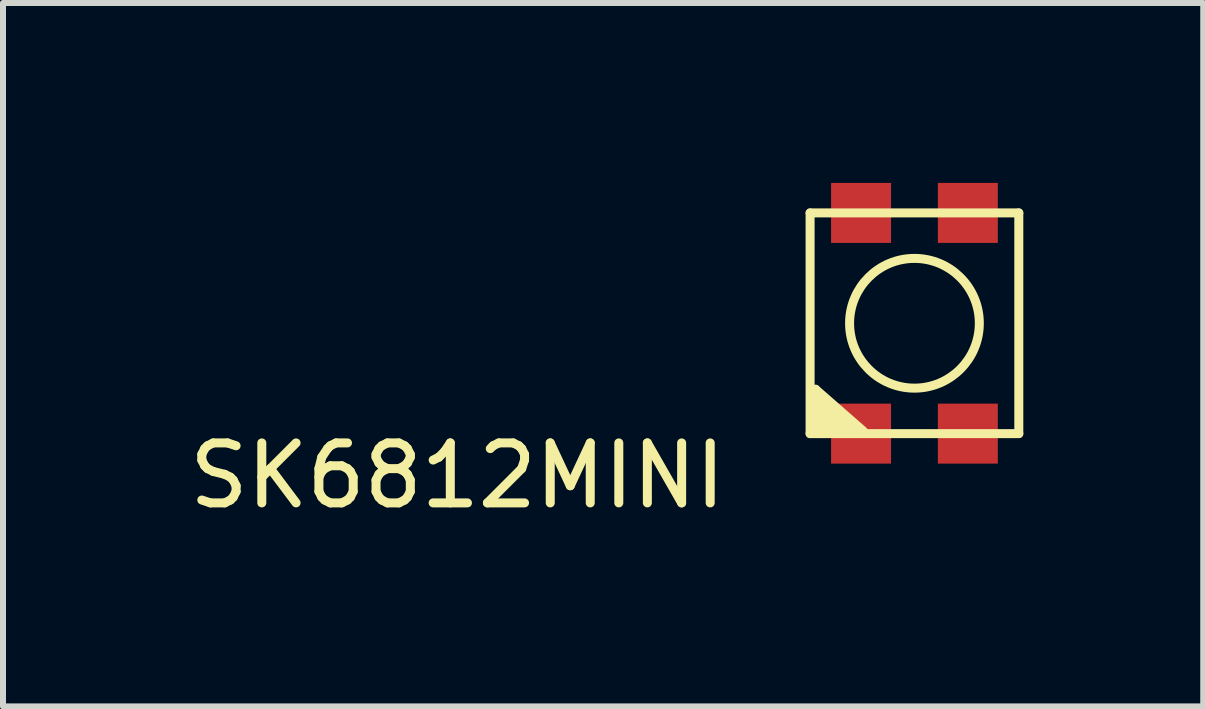
<source format=kicad_pcb>
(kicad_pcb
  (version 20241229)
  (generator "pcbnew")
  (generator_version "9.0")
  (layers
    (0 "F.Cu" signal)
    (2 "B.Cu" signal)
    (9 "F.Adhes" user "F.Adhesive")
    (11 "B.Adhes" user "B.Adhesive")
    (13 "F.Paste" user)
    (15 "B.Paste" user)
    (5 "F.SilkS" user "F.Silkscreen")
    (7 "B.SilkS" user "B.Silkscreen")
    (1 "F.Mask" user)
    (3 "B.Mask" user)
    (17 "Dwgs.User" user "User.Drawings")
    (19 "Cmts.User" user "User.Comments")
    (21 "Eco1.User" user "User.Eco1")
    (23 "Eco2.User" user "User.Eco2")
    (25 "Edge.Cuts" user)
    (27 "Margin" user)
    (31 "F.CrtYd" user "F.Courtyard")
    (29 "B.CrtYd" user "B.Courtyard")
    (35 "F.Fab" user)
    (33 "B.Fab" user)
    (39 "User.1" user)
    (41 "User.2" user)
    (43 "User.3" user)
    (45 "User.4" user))
  (footprint "SK6812MINI"
    (layer "F.Cu")
    (at 12.197 2.34)
    (property "Reference" "SK6812MINI" (at -7.62 2.54 0) (layer "F.SilkS") (effects (font (size 1 1) (thickness 0.15))))
    (attr through_hole)
    (fp_line (start -1.74 -1.84) (end -1.74 1.84) (stroke (width 0.15) (type solid)) (layer "F.SilkS"))
    (fp_line (start -1.74 -1.84) (end 1.74 -1.84) (stroke (width 0.15) (type solid)) (layer "F.SilkS"))
    (fp_line (start -1.74 1.84) (end 1.74 1.84) (stroke (width 0.15) (type solid)) (layer "F.SilkS"))
    (fp_line (start -1.65 1.1) (end -1.65 1.8) (stroke (width 0.15) (type solid)) (layer "F.SilkS"))
    (fp_line (start -1.65 1.8) (end -0.95 1.8) (stroke (width 0.15) (type solid)) (layer "F.SilkS"))
    (fp_line (start -1.55 1.3) (end -1.55 1.7) (stroke (width 0.15) (type solid)) (layer "F.SilkS"))
    (fp_line (start -1.55 1.7) (end -1.25 1.7) (stroke (width 0.15) (type solid)) (layer "F.SilkS"))
    (fp_line (start -1.45 1.5) (end -1.45 1.6) (stroke (width 0.15) (type solid)) (layer "F.SilkS"))
    (fp_line (start -1.25 1.7) (end -1.15 1.7) (stroke (width 0.15) (type solid)) (layer "F.SilkS"))
    (fp_line (start -1.15 1.7) (end -1.45 1.5) (stroke (width 0.15) (type solid)) (layer "F.SilkS"))
    (fp_line (start -0.95 1.8) (end -1.55 1.3) (stroke (width 0.15) (type solid)) (layer "F.SilkS"))
    (fp_line (start -0.85 1.8) (end -1.65 1.1) (stroke (width 0.15) (type solid)) (layer "F.SilkS"))
    (fp_line (start 1.74 -1.84) (end 1.74 1.84) (stroke (width 0.15) (type solid)) (layer "F.SilkS"))
    (fp_circle (center 0 0) (end 0.6 -0.9) (stroke (width 0.15) (type solid)) (fill no) (layer "F.SilkS"))
    (pad "1" smd rect (at 0.89 -1.84) (size 1 1) (layers "F.Cu" "F.Mask" "F.Paste"))
    (pad "2" smd rect (at -0.89 -1.84) (size 1 1) (layers "F.Cu" "F.Mask" "F.Paste"))
    (pad "3" smd rect (at -0.89 1.84) (size 1 1) (layers "F.Cu" "F.Mask" "F.Paste"))
    (pad "4" smd rect (at 0.89 1.84) (size 1 1) (layers "F.Cu" "F.Mask" "F.Paste")))
  (gr_rect
    (start -3 -3)
    (end 17.012 8.728)
    (stroke (width 0.1) (type default))
    (fill no)
    (layer "Edge.Cuts")))
</source>
